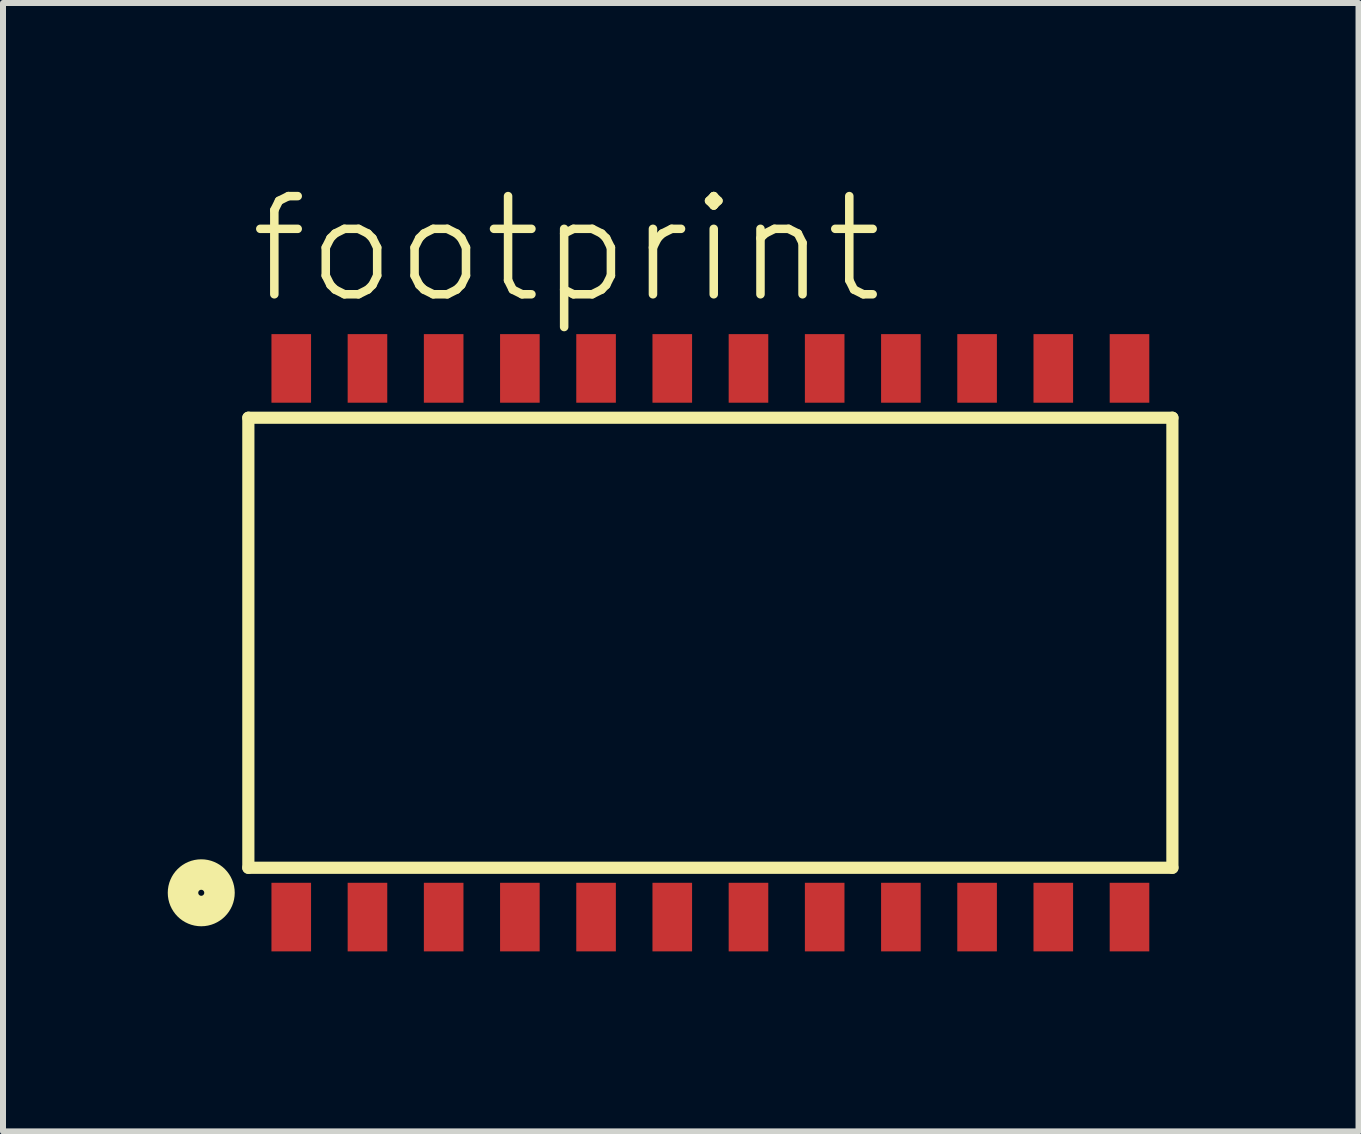
<source format=kicad_pcb>
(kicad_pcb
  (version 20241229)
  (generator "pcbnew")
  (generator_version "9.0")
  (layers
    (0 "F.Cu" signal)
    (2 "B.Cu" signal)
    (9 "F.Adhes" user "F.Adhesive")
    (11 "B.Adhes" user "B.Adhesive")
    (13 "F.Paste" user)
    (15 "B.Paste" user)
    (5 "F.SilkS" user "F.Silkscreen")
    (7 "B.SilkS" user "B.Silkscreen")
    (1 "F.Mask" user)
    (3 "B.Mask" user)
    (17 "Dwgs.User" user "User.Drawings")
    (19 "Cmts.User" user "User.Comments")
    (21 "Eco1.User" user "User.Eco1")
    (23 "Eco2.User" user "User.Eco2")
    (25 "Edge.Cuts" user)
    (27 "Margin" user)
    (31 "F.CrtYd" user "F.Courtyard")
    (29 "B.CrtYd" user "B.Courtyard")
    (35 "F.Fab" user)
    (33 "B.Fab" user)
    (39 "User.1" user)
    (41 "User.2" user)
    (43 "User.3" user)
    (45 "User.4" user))
  (footprint "footprint"
    (layer "F.Cu")
    (at 8.789 7.662)
    (property "Reference" "footprint" (at -7.75 -5.6 0) (layer "F.SilkS") (effects (font (size 1.636 1.636) (thickness 0.142)) (justify left bottom)))
    (fp_line (start -7.7 -3.75) (end 7.7 -3.75) (stroke (width 0.203) (type solid)) (layer "F.SilkS"))
    (fp_line (start -7.7 3.75) (end -7.7 -3.75) (stroke (width 0.203) (type solid)) (layer "F.SilkS"))
    (fp_line (start 7.7 -3.75) (end 7.7 3.75) (stroke (width 0.203) (type solid)) (layer "F.SilkS"))
    (fp_line (start 7.7 3.75) (end -7.7 3.75) (stroke (width 0.203) (type solid)) (layer "F.SilkS"))
    (fp_circle (center -8.485 4.167) (end -8.435 4.167) (stroke (width 0.508) (type solid)) (fill no) (layer "F.SilkS"))
    (pad "1" smd rect (at -6.985 4.572) (size 0.66 1.143) (layers "F.Cu" "F.Mask" "F.Paste"))
    (pad "2" smd rect (at -5.715 4.572) (size 0.66 1.143) (layers "F.Cu" "F.Mask" "F.Paste"))
    (pad "3" smd rect (at -4.445 4.572) (size 0.66 1.143) (layers "F.Cu" "F.Mask" "F.Paste"))
    (pad "4" smd rect (at -3.175 4.572) (size 0.66 1.143) (layers "F.Cu" "F.Mask" "F.Paste"))
    (pad "5" smd rect (at -1.905 4.572) (size 0.66 1.143) (layers "F.Cu" "F.Mask" "F.Paste"))
    (pad "6" smd rect (at -0.635 4.572) (size 0.66 1.143) (layers "F.Cu" "F.Mask" "F.Paste"))
    (pad "7" smd rect (at 0.635 4.572) (size 0.66 1.143) (layers "F.Cu" "F.Mask" "F.Paste"))
    (pad "8" smd rect (at 1.905 4.572) (size 0.66 1.143) (layers "F.Cu" "F.Mask" "F.Paste"))
    (pad "9" smd rect (at 3.175 4.572) (size 0.66 1.143) (layers "F.Cu" "F.Mask" "F.Paste"))
    (pad "10" smd rect (at 4.445 4.572) (size 0.66 1.143) (layers "F.Cu" "F.Mask" "F.Paste"))
    (pad "11" smd rect (at 5.715 4.572) (size 0.66 1.143) (layers "F.Cu" "F.Mask" "F.Paste"))
    (pad "12" smd rect (at 6.985 4.572) (size 0.66 1.143) (layers "F.Cu" "F.Mask" "F.Paste"))
    (pad "13" smd rect (at 6.985 -4.572) (size 0.66 1.143) (layers "F.Cu" "F.Mask" "F.Paste"))
    (pad "14" smd rect (at 5.715 -4.572) (size 0.66 1.143) (layers "F.Cu" "F.Mask" "F.Paste"))
    (pad "15" smd rect (at 4.445 -4.572) (size 0.66 1.143) (layers "F.Cu" "F.Mask" "F.Paste"))
    (pad "16" smd rect (at 3.175 -4.572) (size 0.66 1.143) (layers "F.Cu" "F.Mask" "F.Paste"))
    (pad "17" smd rect (at 1.905 -4.572) (size 0.66 1.143) (layers "F.Cu" "F.Mask" "F.Paste"))
    (pad "18" smd rect (at 0.635 -4.572) (size 0.66 1.143) (layers "F.Cu" "F.Mask" "F.Paste"))
    (pad "19" smd rect (at -0.635 -4.572) (size 0.66 1.143) (layers "F.Cu" "F.Mask" "F.Paste"))
    (pad "20" smd rect (at -1.905 -4.572) (size 0.66 1.143) (layers "F.Cu" "F.Mask" "F.Paste"))
    (pad "21" smd rect (at -3.175 -4.572) (size 0.66 1.143) (layers "F.Cu" "F.Mask" "F.Paste"))
    (pad "22" smd rect (at -4.445 -4.572) (size 0.66 1.143) (layers "F.Cu" "F.Mask" "F.Paste"))
    (pad "23" smd rect (at -5.715 -4.572) (size 0.66 1.143) (layers "F.Cu" "F.Mask" "F.Paste"))
    (pad "24" smd rect (at -6.985 -4.572) (size 0.66 1.143) (layers "F.Cu" "F.Mask" "F.Paste")))
  (gr_rect
    (start -3 -3)
    (end 19.591 15.806)
    (stroke (width 0.1) (type default))
    (fill no)
    (layer "Edge.Cuts")))
</source>
